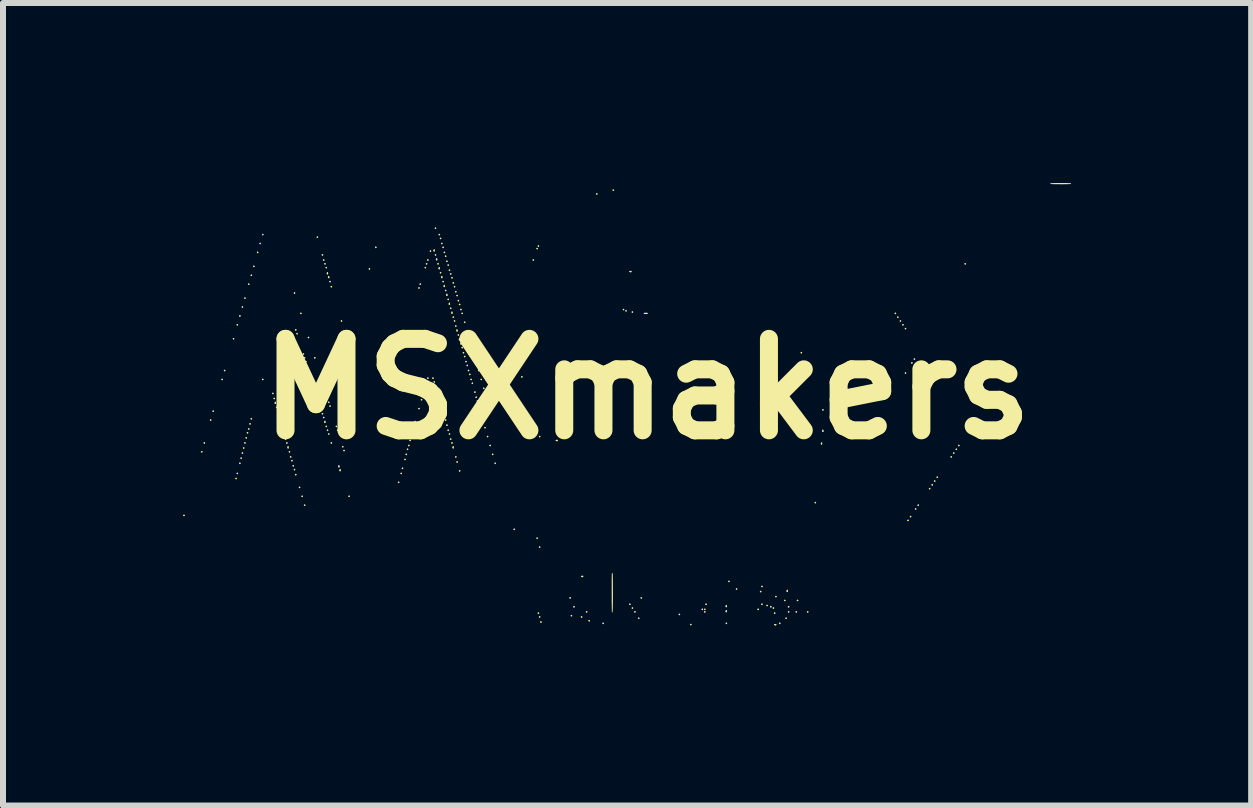
<source format=kicad_pcb>
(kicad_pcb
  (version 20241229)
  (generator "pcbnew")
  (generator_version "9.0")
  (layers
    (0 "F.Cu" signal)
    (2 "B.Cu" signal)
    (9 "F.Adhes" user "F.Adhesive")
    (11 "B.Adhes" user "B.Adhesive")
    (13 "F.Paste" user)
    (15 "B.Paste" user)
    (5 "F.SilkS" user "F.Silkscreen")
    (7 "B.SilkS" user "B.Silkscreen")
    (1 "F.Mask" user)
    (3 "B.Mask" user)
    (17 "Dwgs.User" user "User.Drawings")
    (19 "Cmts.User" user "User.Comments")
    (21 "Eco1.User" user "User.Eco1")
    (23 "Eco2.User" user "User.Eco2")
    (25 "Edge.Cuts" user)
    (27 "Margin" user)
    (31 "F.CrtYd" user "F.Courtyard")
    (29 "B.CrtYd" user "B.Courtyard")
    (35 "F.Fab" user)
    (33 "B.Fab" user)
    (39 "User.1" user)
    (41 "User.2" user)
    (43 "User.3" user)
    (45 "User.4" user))
  (footprint "MSXmakers"
    (layer "F.Cu")
    (at 7.731 3.431)
    (property "Reference" "MSXmakers" (at 0 0 0) (layer "F.SilkS") (effects (font (size 1.524 1.524) (thickness 0.3))))
    (attr through_hole)
    (fp_poly (pts (xy -7.705 2.106) (xy -7.715 2.117) (xy -7.726 2.106) (xy -7.715 2.095) (xy -7.705 2.106)) (stroke (width 0.01) (type solid)) (fill yes) (layer "F.SilkS"))
    (fp_poly (pts (xy -7.408 1.048) (xy -7.419 1.058) (xy -7.429 1.048) (xy -7.419 1.037) (xy -7.408 1.048)) (stroke (width 0.01) (type solid)) (fill yes) (layer "F.SilkS"))
    (fp_poly (pts (xy -7.366 0.9) (xy -7.377 0.91) (xy -7.387 0.9) (xy -7.377 0.889) (xy -7.366 0.9)) (stroke (width 0.01) (type solid)) (fill yes) (layer "F.SilkS"))
    (fp_poly (pts (xy -7.26 0.519) (xy -7.271 0.529) (xy -7.281 0.519) (xy -7.271 0.508) (xy -7.26 0.519)) (stroke (width 0.01) (type solid)) (fill yes) (layer "F.SilkS"))
    (fp_poly (pts (xy -7.218 0.37) (xy -7.228 0.381) (xy -7.239 0.37) (xy -7.228 0.36) (xy -7.218 0.37)) (stroke (width 0.01) (type solid)) (fill yes) (layer "F.SilkS"))
    (fp_poly (pts (xy -7.07 -0.159) (xy -7.08 -0.148) (xy -7.091 -0.159) (xy -7.08 -0.169) (xy -7.07 -0.159)) (stroke (width 0.01) (type solid)) (fill yes) (layer "F.SilkS"))
    (fp_poly (pts (xy -7.027 -0.307) (xy -7.038 -0.296) (xy -7.048 -0.307) (xy -7.038 -0.318) (xy -7.027 -0.307)) (stroke (width 0.01) (type solid)) (fill yes) (layer "F.SilkS"))
    (fp_poly (pts (xy -6.879 -0.836) (xy -6.89 -0.826) (xy -6.9 -0.836) (xy -6.89 -0.847) (xy -6.879 -0.836)) (stroke (width 0.01) (type solid)) (fill yes) (layer "F.SilkS"))
    (fp_poly (pts (xy -6.837 1.492) (xy -6.847 1.503) (xy -6.858 1.492) (xy -6.847 1.482) (xy -6.837 1.492)) (stroke (width 0.01) (type solid)) (fill yes) (layer "F.SilkS"))
    (fp_poly (pts (xy -6.816 -1.069) (xy -6.826 -1.058) (xy -6.837 -1.069) (xy -6.826 -1.079) (xy -6.816 -1.069)) (stroke (width 0.01) (type solid)) (fill yes) (layer "F.SilkS"))
    (fp_poly (pts (xy -6.816 1.408) (xy -6.826 1.418) (xy -6.837 1.408) (xy -6.826 1.397) (xy -6.816 1.408)) (stroke (width 0.01) (type solid)) (fill yes) (layer "F.SilkS"))
    (fp_poly (pts (xy -6.773 -1.217) (xy -6.784 -1.206) (xy -6.795 -1.217) (xy -6.784 -1.228) (xy -6.773 -1.217)) (stroke (width 0.01) (type solid)) (fill yes) (layer "F.SilkS"))
    (fp_poly (pts (xy -6.773 1.238) (xy -6.784 1.249) (xy -6.795 1.238) (xy -6.784 1.228) (xy -6.773 1.238)) (stroke (width 0.01) (type solid)) (fill yes) (layer "F.SilkS"))
    (fp_poly (pts (xy -6.752 1.154) (xy -6.763 1.164) (xy -6.773 1.154) (xy -6.763 1.143) (xy -6.752 1.154)) (stroke (width 0.01) (type solid)) (fill yes) (layer "F.SilkS"))
    (fp_poly (pts (xy -6.731 -1.365) (xy -6.742 -1.355) (xy -6.752 -1.365) (xy -6.742 -1.376) (xy -6.731 -1.365)) (stroke (width 0.01) (type solid)) (fill yes) (layer "F.SilkS"))
    (fp_poly (pts (xy -6.731 1.069) (xy -6.742 1.079) (xy -6.752 1.069) (xy -6.742 1.058) (xy -6.731 1.069)) (stroke (width 0.01) (type solid)) (fill yes) (layer "F.SilkS"))
    (fp_poly (pts (xy -6.71 0.984) (xy -6.72 0.995) (xy -6.731 0.984) (xy -6.72 0.974) (xy -6.71 0.984)) (stroke (width 0.01) (type solid)) (fill yes) (layer "F.SilkS"))
    (fp_poly (pts (xy -6.689 -1.513) (xy -6.699 -1.503) (xy -6.71 -1.513) (xy -6.699 -1.524) (xy -6.689 -1.513)) (stroke (width 0.01) (type solid)) (fill yes) (layer "F.SilkS"))
    (fp_poly (pts (xy -6.689 0.9) (xy -6.699 0.91) (xy -6.71 0.9) (xy -6.699 0.889) (xy -6.689 0.9)) (stroke (width 0.01) (type solid)) (fill yes) (layer "F.SilkS"))
    (fp_poly (pts (xy -6.668 0.815) (xy -6.678 0.826) (xy -6.689 0.815) (xy -6.678 0.804) (xy -6.668 0.815)) (stroke (width 0.01) (type solid)) (fill yes) (layer "F.SilkS"))
    (fp_poly (pts (xy -6.646 0.73) (xy -6.657 0.741) (xy -6.668 0.73) (xy -6.657 0.72) (xy -6.646 0.73)) (stroke (width 0.01) (type solid)) (fill yes) (layer "F.SilkS"))
    (fp_poly (pts (xy -6.625 -1.746) (xy -6.636 -1.736) (xy -6.646 -1.746) (xy -6.636 -1.757) (xy -6.625 -1.746)) (stroke (width 0.01) (type solid)) (fill yes) (layer "F.SilkS"))
    (fp_poly (pts (xy -6.625 0.667) (xy -6.636 0.677) (xy -6.646 0.667) (xy -6.636 0.656) (xy -6.625 0.667)) (stroke (width 0.01) (type solid)) (fill yes) (layer "F.SilkS"))
    (fp_poly (pts (xy -6.604 0.582) (xy -6.615 0.593) (xy -6.625 0.582) (xy -6.615 0.572) (xy -6.604 0.582)) (stroke (width 0.01) (type solid)) (fill yes) (layer "F.SilkS"))
    (fp_poly (pts (xy -6.583 -1.894) (xy -6.593 -1.884) (xy -6.604 -1.894) (xy -6.593 -1.905) (xy -6.583 -1.894)) (stroke (width 0.01) (type solid)) (fill yes) (layer "F.SilkS"))
    (fp_poly (pts (xy -6.583 0.497) (xy -6.593 0.508) (xy -6.604 0.497) (xy -6.593 0.487) (xy -6.583 0.497)) (stroke (width 0.01) (type solid)) (fill yes) (layer "F.SilkS"))
    (fp_poly (pts (xy -6.54 -2.043) (xy -6.551 -2.032) (xy -6.562 -2.043) (xy -6.551 -2.053) (xy -6.54 -2.043)) (stroke (width 0.01) (type solid)) (fill yes) (layer "F.SilkS"))
    (fp_poly (pts (xy -6.477 -2.275) (xy -6.488 -2.265) (xy -6.498 -2.275) (xy -6.488 -2.286) (xy -6.477 -2.275)) (stroke (width 0.01) (type solid)) (fill yes) (layer "F.SilkS"))
    (fp_poly (pts (xy -6.435 -2.424) (xy -6.445 -2.413) (xy -6.456 -2.424) (xy -6.445 -2.434) (xy -6.435 -2.424)) (stroke (width 0.01) (type solid)) (fill yes) (layer "F.SilkS"))
    (fp_poly (pts (xy -6.392 -2.572) (xy -6.403 -2.561) (xy -6.413 -2.572) (xy -6.403 -2.582) (xy -6.392 -2.572)) (stroke (width 0.01) (type solid)) (fill yes) (layer "F.SilkS"))
    (fp_poly (pts (xy -6.392 -0.159) (xy -6.403 -0.148) (xy -6.413 -0.159) (xy -6.403 -0.169) (xy -6.392 -0.159)) (stroke (width 0.01) (type solid)) (fill yes) (layer "F.SilkS"))
    (fp_poly (pts (xy -6.223 0.074) (xy -6.234 0.085) (xy -6.244 0.074) (xy -6.234 0.064) (xy -6.223 0.074)) (stroke (width 0.01) (type solid)) (fill yes) (layer "F.SilkS"))
    (fp_poly (pts (xy -6.202 0.159) (xy -6.212 0.169) (xy -6.223 0.159) (xy -6.212 0.148) (xy -6.202 0.159)) (stroke (width 0.01) (type solid)) (fill yes) (layer "F.SilkS"))
    (fp_poly (pts (xy -6.16 0.307) (xy -6.17 0.318) (xy -6.181 0.307) (xy -6.17 0.296) (xy -6.16 0.307)) (stroke (width 0.01) (type solid)) (fill yes) (layer "F.SilkS"))
    (fp_poly (pts (xy -6.117 0.455) (xy -6.128 0.466) (xy -6.138 0.455) (xy -6.128 0.445) (xy -6.117 0.455)) (stroke (width 0.01) (type solid)) (fill yes) (layer "F.SilkS"))
    (fp_poly (pts (xy -6.096 0.54) (xy -6.107 0.55) (xy -6.117 0.54) (xy -6.107 0.529) (xy -6.096 0.54)) (stroke (width 0.01) (type solid)) (fill yes) (layer "F.SilkS"))
    (fp_poly (pts (xy -6.075 0.603) (xy -6.085 0.614) (xy -6.096 0.603) (xy -6.085 0.593) (xy -6.075 0.603)) (stroke (width 0.01) (type solid)) (fill yes) (layer "F.SilkS"))
    (fp_poly (pts (xy -6.054 0.688) (xy -6.064 0.699) (xy -6.075 0.688) (xy -6.064 0.677) (xy -6.054 0.688)) (stroke (width 0.01) (type solid)) (fill yes) (layer "F.SilkS"))
    (fp_poly (pts (xy -6.032 0.751) (xy -6.043 0.762) (xy -6.054 0.751) (xy -6.043 0.741) (xy -6.032 0.751)) (stroke (width 0.01) (type solid)) (fill yes) (layer "F.SilkS"))
    (fp_poly (pts (xy -6.011 0.836) (xy -6.022 0.847) (xy -6.032 0.836) (xy -6.022 0.826) (xy -6.011 0.836)) (stroke (width 0.01) (type solid)) (fill yes) (layer "F.SilkS"))
    (fp_poly (pts (xy -5.99 0.9) (xy -6.001 0.91) (xy -6.011 0.9) (xy -6.001 0.889) (xy -5.99 0.9)) (stroke (width 0.01) (type solid)) (fill yes) (layer "F.SilkS"))
    (fp_poly (pts (xy -5.948 1.048) (xy -5.958 1.058) (xy -5.969 1.048) (xy -5.958 1.037) (xy -5.948 1.048)) (stroke (width 0.01) (type solid)) (fill yes) (layer "F.SilkS"))
    (fp_poly (pts (xy -5.927 1.132) (xy -5.937 1.143) (xy -5.948 1.132) (xy -5.937 1.122) (xy -5.927 1.132)) (stroke (width 0.01) (type solid)) (fill yes) (layer "F.SilkS"))
    (fp_poly (pts (xy -5.905 1.196) (xy -5.916 1.206) (xy -5.927 1.196) (xy -5.916 1.185) (xy -5.905 1.196)) (stroke (width 0.01) (type solid)) (fill yes) (layer "F.SilkS"))
    (fp_poly (pts (xy -5.884 1.281) (xy -5.895 1.291) (xy -5.905 1.281) (xy -5.895 1.27) (xy -5.884 1.281)) (stroke (width 0.01) (type solid)) (fill yes) (layer "F.SilkS"))
    (fp_poly (pts (xy -5.863 -1.598) (xy -5.874 -1.587) (xy -5.884 -1.598) (xy -5.874 -1.609) (xy -5.863 -1.598)) (stroke (width 0.01) (type solid)) (fill yes) (layer "F.SilkS"))
    (fp_poly (pts (xy -5.863 1.344) (xy -5.874 1.355) (xy -5.884 1.344) (xy -5.874 1.333) (xy -5.863 1.344)) (stroke (width 0.01) (type solid)) (fill yes) (layer "F.SilkS"))
    (fp_poly (pts (xy -5.842 -0.984) (xy -5.853 -0.974) (xy -5.863 -0.984) (xy -5.853 -0.995) (xy -5.842 -0.984)) (stroke (width 0.01) (type solid)) (fill yes) (layer "F.SilkS"))
    (fp_poly (pts (xy -5.842 1.429) (xy -5.853 1.439) (xy -5.863 1.429) (xy -5.853 1.418) (xy -5.842 1.429)) (stroke (width 0.01) (type solid)) (fill yes) (layer "F.SilkS"))
    (fp_poly (pts (xy -5.821 -0.921) (xy -5.831 -0.91) (xy -5.842 -0.921) (xy -5.831 -0.931) (xy -5.821 -0.921)) (stroke (width 0.01) (type solid)) (fill yes) (layer "F.SilkS"))
    (fp_poly (pts (xy -5.779 1.64) (xy -5.789 1.651) (xy -5.8 1.64) (xy -5.789 1.63) (xy -5.779 1.64)) (stroke (width 0.01) (type solid)) (fill yes) (layer "F.SilkS"))
    (fp_poly (pts (xy -5.757 -1.259) (xy -5.768 -1.249) (xy -5.779 -1.259) (xy -5.768 -1.27) (xy -5.757 -1.259)) (stroke (width 0.01) (type solid)) (fill yes) (layer "F.SilkS"))
    (fp_poly (pts (xy -5.736 1.789) (xy -5.747 1.799) (xy -5.757 1.789) (xy -5.747 1.778) (xy -5.736 1.789)) (stroke (width 0.01) (type solid)) (fill yes) (layer "F.SilkS"))
    (fp_poly (pts (xy -5.715 -0.582) (xy -5.726 -0.572) (xy -5.736 -0.582) (xy -5.726 -0.593) (xy -5.715 -0.582)) (stroke (width 0.01) (type solid)) (fill yes) (layer "F.SilkS"))
    (fp_poly (pts (xy -5.694 -0.519) (xy -5.704 -0.508) (xy -5.715 -0.519) (xy -5.704 -0.529) (xy -5.694 -0.519)) (stroke (width 0.01) (type solid)) (fill yes) (layer "F.SilkS"))
    (fp_poly (pts (xy -5.694 1.937) (xy -5.704 1.947) (xy -5.715 1.937) (xy -5.704 1.926) (xy -5.694 1.937)) (stroke (width 0.01) (type solid)) (fill yes) (layer "F.SilkS"))
    (fp_poly (pts (xy -5.673 -0.455) (xy -5.683 -0.445) (xy -5.694 -0.455) (xy -5.683 -0.466) (xy -5.673 -0.455)) (stroke (width 0.01) (type solid)) (fill yes) (layer "F.SilkS"))
    (fp_poly (pts (xy -5.63 -0.857) (xy -5.641 -0.847) (xy -5.652 -0.857) (xy -5.641 -0.868) (xy -5.63 -0.857)) (stroke (width 0.01) (type solid)) (fill yes) (layer "F.SilkS"))
    (fp_poly (pts (xy -5.609 -0.243) (xy -5.62 -0.233) (xy -5.63 -0.243) (xy -5.62 -0.254) (xy -5.609 -0.243)) (stroke (width 0.01) (type solid)) (fill yes) (layer "F.SilkS"))
    (fp_poly (pts (xy -5.588 -0.18) (xy -5.599 -0.169) (xy -5.609 -0.18) (xy -5.599 -0.191) (xy -5.588 -0.18)) (stroke (width 0.01) (type solid)) (fill yes) (layer "F.SilkS"))
    (fp_poly (pts (xy -5.567 -0.116) (xy -5.577 -0.106) (xy -5.588 -0.116) (xy -5.577 -0.127) (xy -5.567 -0.116)) (stroke (width 0.01) (type solid)) (fill yes) (layer "F.SilkS"))
    (fp_poly (pts (xy -5.546 -0.053) (xy -5.556 -0.042) (xy -5.567 -0.053) (xy -5.556 -0.064) (xy -5.546 -0.053)) (stroke (width 0.01) (type solid)) (fill yes) (layer "F.SilkS"))
    (fp_poly (pts (xy -5.524 -0.519) (xy -5.535 -0.508) (xy -5.546 -0.519) (xy -5.535 -0.529) (xy -5.524 -0.519)) (stroke (width 0.01) (type solid)) (fill yes) (layer "F.SilkS"))
    (fp_poly (pts (xy -5.524 0.011) (xy -5.535 0.021) (xy -5.546 0.011) (xy -5.535 0) (xy -5.524 0.011)) (stroke (width 0.01) (type solid)) (fill yes) (layer "F.SilkS"))
    (fp_poly (pts (xy -5.482 -2.529) (xy -5.493 -2.519) (xy -5.503 -2.529) (xy -5.493 -2.54) (xy -5.482 -2.529)) (stroke (width 0.01) (type solid)) (fill yes) (layer "F.SilkS"))
    (fp_poly (pts (xy -5.461 0.222) (xy -5.472 0.233) (xy -5.482 0.222) (xy -5.472 0.212) (xy -5.461 0.222)) (stroke (width 0.01) (type solid)) (fill yes) (layer "F.SilkS"))
    (fp_poly (pts (xy -5.44 0.286) (xy -5.45 0.296) (xy -5.461 0.286) (xy -5.45 0.275) (xy -5.44 0.286)) (stroke (width 0.01) (type solid)) (fill yes) (layer "F.SilkS"))
    (fp_poly (pts (xy -5.419 0.349) (xy -5.429 0.36) (xy -5.44 0.349) (xy -5.429 0.339) (xy -5.419 0.349)) (stroke (width 0.01) (type solid)) (fill yes) (layer "F.SilkS"))
    (fp_poly (pts (xy -5.397 -2.233) (xy -5.408 -2.223) (xy -5.419 -2.233) (xy -5.408 -2.244) (xy -5.397 -2.233)) (stroke (width 0.01) (type solid)) (fill yes) (layer "F.SilkS"))
    (fp_poly (pts (xy -5.397 -0.116) (xy -5.408 -0.106) (xy -5.419 -0.116) (xy -5.408 -0.127) (xy -5.397 -0.116)) (stroke (width 0.01) (type solid)) (fill yes) (layer "F.SilkS"))
    (fp_poly (pts (xy -5.397 0.413) (xy -5.408 0.423) (xy -5.419 0.413) (xy -5.408 0.402) (xy -5.397 0.413)) (stroke (width 0.01) (type solid)) (fill yes) (layer "F.SilkS"))
    (fp_poly (pts (xy -5.376 -2.148) (xy -5.387 -2.138) (xy -5.397 -2.148) (xy -5.387 -2.159) (xy -5.376 -2.148)) (stroke (width 0.01) (type solid)) (fill yes) (layer "F.SilkS"))
    (fp_poly (pts (xy -5.376 -0.053) (xy -5.387 -0.042) (xy -5.397 -0.053) (xy -5.387 -0.064) (xy -5.376 -0.053)) (stroke (width 0.01) (type solid)) (fill yes) (layer "F.SilkS"))
    (fp_poly (pts (xy -5.376 0.476) (xy -5.387 0.487) (xy -5.397 0.476) (xy -5.387 0.466) (xy -5.376 0.476)) (stroke (width 0.01) (type solid)) (fill yes) (layer "F.SilkS"))
    (fp_poly (pts (xy -5.355 -2.085) (xy -5.366 -2.074) (xy -5.376 -2.085) (xy -5.366 -2.095) (xy -5.355 -2.085)) (stroke (width 0.01) (type solid)) (fill yes) (layer "F.SilkS"))
    (fp_poly (pts (xy -5.334 -2.021) (xy -5.345 -2.011) (xy -5.355 -2.021) (xy -5.345 -2.032) (xy -5.334 -2.021)) (stroke (width 0.01) (type solid)) (fill yes) (layer "F.SilkS"))
    (fp_poly (pts (xy -5.334 0.624) (xy -5.345 0.635) (xy -5.355 0.624) (xy -5.345 0.614) (xy -5.334 0.624)) (stroke (width 0.01) (type solid)) (fill yes) (layer "F.SilkS"))
    (fp_poly (pts (xy -5.313 0.688) (xy -5.323 0.699) (xy -5.334 0.688) (xy -5.323 0.677) (xy -5.313 0.688)) (stroke (width 0.01) (type solid)) (fill yes) (layer "F.SilkS"))
    (fp_poly (pts (xy -5.292 0.222) (xy -5.302 0.233) (xy -5.313 0.222) (xy -5.302 0.212) (xy -5.292 0.222)) (stroke (width 0.01) (type solid)) (fill yes) (layer "F.SilkS"))
    (fp_poly (pts (xy -5.292 0.751) (xy -5.302 0.762) (xy -5.313 0.751) (xy -5.302 0.741) (xy -5.292 0.751)) (stroke (width 0.01) (type solid)) (fill yes) (layer "F.SilkS"))
    (fp_poly (pts (xy -5.271 -1.789) (xy -5.281 -1.778) (xy -5.292 -1.789) (xy -5.281 -1.799) (xy -5.271 -1.789)) (stroke (width 0.01) (type solid)) (fill yes) (layer "F.SilkS"))
    (fp_poly (pts (xy -5.271 0.286) (xy -5.281 0.296) (xy -5.292 0.286) (xy -5.281 0.275) (xy -5.271 0.286)) (stroke (width 0.01) (type solid)) (fill yes) (layer "F.SilkS"))
    (fp_poly (pts (xy -5.249 -1.704) (xy -5.26 -1.693) (xy -5.271 -1.704) (xy -5.26 -1.714) (xy -5.249 -1.704)) (stroke (width 0.01) (type solid)) (fill yes) (layer "F.SilkS"))
    (fp_poly (pts (xy -5.249 0.9) (xy -5.26 0.91) (xy -5.271 0.9) (xy -5.26 0.889) (xy -5.249 0.9)) (stroke (width 0.01) (type solid)) (fill yes) (layer "F.SilkS"))
    (fp_poly (pts (xy -5.165 0.624) (xy -5.175 0.635) (xy -5.186 0.624) (xy -5.175 0.614) (xy -5.165 0.624)) (stroke (width 0.01) (type solid)) (fill yes) (layer "F.SilkS"))
    (fp_poly (pts (xy -5.144 0.688) (xy -5.154 0.699) (xy -5.165 0.688) (xy -5.154 0.677) (xy -5.144 0.688)) (stroke (width 0.01) (type solid)) (fill yes) (layer "F.SilkS"))
    (fp_poly (pts (xy -5.08 -1.132) (xy -5.091 -1.122) (xy -5.101 -1.132) (xy -5.091 -1.143) (xy -5.08 -1.132)) (stroke (width 0.01) (type solid)) (fill yes) (layer "F.SilkS"))
    (fp_poly (pts (xy -5.059 0.963) (xy -5.069 0.974) (xy -5.08 0.963) (xy -5.069 0.953) (xy -5.059 0.963)) (stroke (width 0.01) (type solid)) (fill yes) (layer "F.SilkS"))
    (fp_poly (pts (xy -5.038 1.027) (xy -5.048 1.037) (xy -5.059 1.027) (xy -5.048 1.016) (xy -5.038 1.027)) (stroke (width 0.01) (type solid)) (fill yes) (layer "F.SilkS"))
    (fp_poly (pts (xy -4.953 1.789) (xy -4.964 1.799) (xy -4.974 1.789) (xy -4.964 1.778) (xy -4.953 1.789)) (stroke (width 0.01) (type solid)) (fill yes) (layer "F.SilkS"))
    (fp_poly (pts (xy -4.614 -2) (xy -4.625 -1.99) (xy -4.636 -2) (xy -4.625 -2.011) (xy -4.614 -2)) (stroke (width 0.01) (type solid)) (fill yes) (layer "F.SilkS"))
    (fp_poly (pts (xy -4.508 -2.36) (xy -4.519 -2.349) (xy -4.53 -2.36) (xy -4.519 -2.371) (xy -4.508 -2.36)) (stroke (width 0.01) (type solid)) (fill yes) (layer "F.SilkS"))
    (fp_poly (pts (xy -4.128 1.556) (xy -4.138 1.566) (xy -4.149 1.556) (xy -4.138 1.545) (xy -4.128 1.556)) (stroke (width 0.01) (type solid)) (fill yes) (layer "F.SilkS"))
    (fp_poly (pts (xy -4.085 1.408) (xy -4.096 1.418) (xy -4.106 1.408) (xy -4.096 1.397) (xy -4.085 1.408)) (stroke (width 0.01) (type solid)) (fill yes) (layer "F.SilkS"))
    (fp_poly (pts (xy -4.064 1.323) (xy -4.075 1.333) (xy -4.085 1.323) (xy -4.075 1.312) (xy -4.064 1.323)) (stroke (width 0.01) (type solid)) (fill yes) (layer "F.SilkS"))
    (fp_poly (pts (xy -4.022 1.175) (xy -4.032 1.185) (xy -4.043 1.175) (xy -4.032 1.164) (xy -4.022 1.175)) (stroke (width 0.01) (type solid)) (fill yes) (layer "F.SilkS"))
    (fp_poly (pts (xy -4 1.09) (xy -4.011 1.101) (xy -4.022 1.09) (xy -4.011 1.079) (xy -4 1.09)) (stroke (width 0.01) (type solid)) (fill yes) (layer "F.SilkS"))
    (fp_poly (pts (xy -3.979 1.005) (xy -3.99 1.016) (xy -4 1.005) (xy -3.99 0.995) (xy -3.979 1.005)) (stroke (width 0.01) (type solid)) (fill yes) (layer "F.SilkS"))
    (fp_poly (pts (xy -3.958 0.942) (xy -3.969 0.953) (xy -3.979 0.942) (xy -3.969 0.931) (xy -3.958 0.942)) (stroke (width 0.01) (type solid)) (fill yes) (layer "F.SilkS"))
    (fp_poly (pts (xy -3.937 0.857) (xy -3.948 0.868) (xy -3.958 0.857) (xy -3.948 0.847) (xy -3.937 0.857)) (stroke (width 0.01) (type solid)) (fill yes) (layer "F.SilkS"))
    (fp_poly (pts (xy -3.895 0.709) (xy -3.905 0.72) (xy -3.916 0.709) (xy -3.905 0.699) (xy -3.895 0.709)) (stroke (width 0.01) (type solid)) (fill yes) (layer "F.SilkS"))
    (fp_poly (pts (xy -3.873 0.624) (xy -3.884 0.635) (xy -3.895 0.624) (xy -3.884 0.614) (xy -3.873 0.624)) (stroke (width 0.01) (type solid)) (fill yes) (layer "F.SilkS"))
    (fp_poly (pts (xy -3.789 -1.683) (xy -3.799 -1.672) (xy -3.81 -1.683) (xy -3.799 -1.693) (xy -3.789 -1.683)) (stroke (width 0.01) (type solid)) (fill yes) (layer "F.SilkS"))
    (fp_poly (pts (xy -3.789 0.328) (xy -3.799 0.339) (xy -3.81 0.328) (xy -3.799 0.318) (xy -3.789 0.328)) (stroke (width 0.01) (type solid)) (fill yes) (layer "F.SilkS"))
    (fp_poly (pts (xy -3.768 -1.746) (xy -3.778 -1.736) (xy -3.789 -1.746) (xy -3.778 -1.757) (xy -3.768 -1.746)) (stroke (width 0.01) (type solid)) (fill yes) (layer "F.SilkS"))
    (fp_poly (pts (xy -3.747 0.18) (xy -3.757 0.191) (xy -3.768 0.18) (xy -3.757 0.169) (xy -3.747 0.18)) (stroke (width 0.01) (type solid)) (fill yes) (layer "F.SilkS"))
    (fp_poly (pts (xy -3.683 -2.021) (xy -3.694 -2.011) (xy -3.704 -2.021) (xy -3.694 -2.032) (xy -3.683 -2.021)) (stroke (width 0.01) (type solid)) (fill yes) (layer "F.SilkS"))
    (fp_poly (pts (xy -3.662 -2.085) (xy -3.672 -2.074) (xy -3.683 -2.085) (xy -3.672 -2.095) (xy -3.662 -2.085)) (stroke (width 0.01) (type solid)) (fill yes) (layer "F.SilkS"))
    (fp_poly (pts (xy -3.641 -2.148) (xy -3.651 -2.138) (xy -3.662 -2.148) (xy -3.651 -2.159) (xy -3.641 -2.148)) (stroke (width 0.01) (type solid)) (fill yes) (layer "F.SilkS"))
    (fp_poly (pts (xy -3.641 -0.18) (xy -3.651 -0.169) (xy -3.662 -0.18) (xy -3.651 -0.191) (xy -3.641 -0.18)) (stroke (width 0.01) (type solid)) (fill yes) (layer "F.SilkS"))
    (fp_poly (pts (xy -3.598 -2.297) (xy -3.609 -2.286) (xy -3.619 -2.297) (xy -3.609 -2.307) (xy -3.598 -2.297)) (stroke (width 0.01) (type solid)) (fill yes) (layer "F.SilkS"))
    (fp_poly (pts (xy -3.556 -0.18) (xy -3.567 -0.169) (xy -3.577 -0.18) (xy -3.567 -0.191) (xy -3.556 -0.18)) (stroke (width 0.01) (type solid)) (fill yes) (layer "F.SilkS"))
    (fp_poly (pts (xy -3.535 -0.116) (xy -3.545 -0.106) (xy -3.556 -0.116) (xy -3.545 -0.127) (xy -3.535 -0.116)) (stroke (width 0.01) (type solid)) (fill yes) (layer "F.SilkS"))
    (fp_poly (pts (xy -3.514 -2.678) (xy -3.524 -2.667) (xy -3.535 -2.678) (xy -3.524 -2.688) (xy -3.514 -2.678)) (stroke (width 0.01) (type solid)) (fill yes) (layer "F.SilkS"))
    (fp_poly (pts (xy -3.514 -2.233) (xy -3.524 -2.223) (xy -3.535 -2.233) (xy -3.524 -2.244) (xy -3.514 -2.233)) (stroke (width 0.01) (type solid)) (fill yes) (layer "F.SilkS"))
    (fp_poly (pts (xy -3.514 -0.053) (xy -3.524 -0.042) (xy -3.535 -0.053) (xy -3.524 -0.064) (xy -3.514 -0.053)) (stroke (width 0.01) (type solid)) (fill yes) (layer "F.SilkS"))
    (fp_poly (pts (xy -3.471 -2.085) (xy -3.482 -2.074) (xy -3.493 -2.085) (xy -3.482 -2.095) (xy -3.471 -2.085)) (stroke (width 0.01) (type solid)) (fill yes) (layer "F.SilkS"))
    (fp_poly (pts (xy -3.471 0.095) (xy -3.482 0.106) (xy -3.493 0.095) (xy -3.482 0.085) (xy -3.471 0.095)) (stroke (width 0.01) (type solid)) (fill yes) (layer "F.SilkS"))
    (fp_poly (pts (xy -3.45 -2.572) (xy -3.461 -2.561) (xy -3.471 -2.572) (xy -3.461 -2.582) (xy -3.45 -2.572)) (stroke (width 0.01) (type solid)) (fill yes) (layer "F.SilkS"))
    (fp_poly (pts (xy -3.45 0.159) (xy -3.461 0.169) (xy -3.471 0.159) (xy -3.461 0.148) (xy -3.45 0.159)) (stroke (width 0.01) (type solid)) (fill yes) (layer "F.SilkS"))
    (fp_poly (pts (xy -3.429 -2.508) (xy -3.44 -2.498) (xy -3.45 -2.508) (xy -3.44 -2.519) (xy -3.429 -2.508)) (stroke (width 0.01) (type solid)) (fill yes) (layer "F.SilkS"))
    (fp_poly (pts (xy -3.429 -1.937) (xy -3.44 -1.926) (xy -3.45 -1.937) (xy -3.44 -1.947) (xy -3.429 -1.937)) (stroke (width 0.01) (type solid)) (fill yes) (layer "F.SilkS"))
    (fp_poly (pts (xy -3.408 -2.424) (xy -3.418 -2.413) (xy -3.429 -2.424) (xy -3.418 -2.434) (xy -3.408 -2.424)) (stroke (width 0.01) (type solid)) (fill yes) (layer "F.SilkS"))
    (fp_poly (pts (xy -3.408 0.307) (xy -3.418 0.318) (xy -3.429 0.307) (xy -3.418 0.296) (xy -3.408 0.307)) (stroke (width 0.01) (type solid)) (fill yes) (layer "F.SilkS"))
    (fp_poly (pts (xy -3.387 -2.36) (xy -3.397 -2.349) (xy -3.408 -2.36) (xy -3.397 -2.371) (xy -3.387 -2.36)) (stroke (width 0.01) (type solid)) (fill yes) (layer "F.SilkS"))
    (fp_poly (pts (xy -3.387 -1.789) (xy -3.397 -1.778) (xy -3.408 -1.789) (xy -3.397 -1.799) (xy -3.387 -1.789)) (stroke (width 0.01) (type solid)) (fill yes) (layer "F.SilkS"))
    (fp_poly (pts (xy -3.387 0.37) (xy -3.397 0.381) (xy -3.408 0.37) (xy -3.397 0.36) (xy -3.387 0.37)) (stroke (width 0.01) (type solid)) (fill yes) (layer "F.SilkS"))
    (fp_poly (pts (xy -3.365 -2.275) (xy -3.376 -2.265) (xy -3.387 -2.275) (xy -3.376 -2.286) (xy -3.365 -2.275)) (stroke (width 0.01) (type solid)) (fill yes) (layer "F.SilkS"))
    (fp_poly (pts (xy -3.365 0.455) (xy -3.376 0.466) (xy -3.387 0.455) (xy -3.376 0.445) (xy -3.365 0.455)) (stroke (width 0.01) (type solid)) (fill yes) (layer "F.SilkS"))
    (fp_poly (pts (xy -3.344 -2.212) (xy -3.355 -2.201) (xy -3.365 -2.212) (xy -3.355 -2.223) (xy -3.344 -2.212)) (stroke (width 0.01) (type solid)) (fill yes) (layer "F.SilkS"))
    (fp_poly (pts (xy -3.344 -1.64) (xy -3.355 -1.63) (xy -3.365 -1.64) (xy -3.355 -1.651) (xy -3.344 -1.64)) (stroke (width 0.01) (type solid)) (fill yes) (layer "F.SilkS"))
    (fp_poly (pts (xy -3.344 0.519) (xy -3.355 0.529) (xy -3.365 0.519) (xy -3.355 0.508) (xy -3.344 0.519)) (stroke (width 0.01) (type solid)) (fill yes) (layer "F.SilkS"))
    (fp_poly (pts (xy -3.323 -2.127) (xy -3.334 -2.117) (xy -3.344 -2.127) (xy -3.334 -2.138) (xy -3.323 -2.127)) (stroke (width 0.01) (type solid)) (fill yes) (layer "F.SilkS"))
    (fp_poly (pts (xy -3.323 0.603) (xy -3.334 0.614) (xy -3.344 0.603) (xy -3.334 0.593) (xy -3.323 0.603)) (stroke (width 0.01) (type solid)) (fill yes) (layer "F.SilkS"))
    (fp_poly (pts (xy -3.302 -2.064) (xy -3.313 -2.053) (xy -3.323 -2.064) (xy -3.313 -2.074) (xy -3.302 -2.064)) (stroke (width 0.01) (type solid)) (fill yes) (layer "F.SilkS"))
    (fp_poly (pts (xy -3.302 -1.492) (xy -3.313 -1.482) (xy -3.323 -1.492) (xy -3.313 -1.503) (xy -3.302 -1.492)) (stroke (width 0.01) (type solid)) (fill yes) (layer "F.SilkS"))
    (fp_poly (pts (xy -3.302 0.688) (xy -3.313 0.699) (xy -3.323 0.688) (xy -3.313 0.677) (xy -3.302 0.688)) (stroke (width 0.01) (type solid)) (fill yes) (layer "F.SilkS"))
    (fp_poly (pts (xy -3.281 -1.979) (xy -3.291 -1.968) (xy -3.302 -1.979) (xy -3.291 -1.99) (xy -3.281 -1.979)) (stroke (width 0.01) (type solid)) (fill yes) (layer "F.SilkS"))
    (fp_poly (pts (xy -3.281 0.751) (xy -3.291 0.762) (xy -3.302 0.751) (xy -3.291 0.741) (xy -3.281 0.751)) (stroke (width 0.01) (type solid)) (fill yes) (layer "F.SilkS"))
    (fp_poly (pts (xy -3.26 -1.916) (xy -3.27 -1.905) (xy -3.281 -1.916) (xy -3.27 -1.926) (xy -3.26 -1.916)) (stroke (width 0.01) (type solid)) (fill yes) (layer "F.SilkS"))
    (fp_poly (pts (xy -3.26 -1.344) (xy -3.27 -1.333) (xy -3.281 -1.344) (xy -3.27 -1.355) (xy -3.26 -1.344)) (stroke (width 0.01) (type solid)) (fill yes) (layer "F.SilkS"))
    (fp_poly (pts (xy -3.26 0.836) (xy -3.27 0.847) (xy -3.281 0.836) (xy -3.27 0.826) (xy -3.26 0.836)) (stroke (width 0.01) (type solid)) (fill yes) (layer "F.SilkS"))
    (fp_poly (pts (xy -3.239 -1.852) (xy -3.249 -1.841) (xy -3.26 -1.852) (xy -3.249 -1.863) (xy -3.239 -1.852)) (stroke (width 0.01) (type solid)) (fill yes) (layer "F.SilkS"))
    (fp_poly (pts (xy -3.239 0.9) (xy -3.249 0.91) (xy -3.26 0.9) (xy -3.249 0.889) (xy -3.239 0.9)) (stroke (width 0.01) (type solid)) (fill yes) (layer "F.SilkS"))
    (fp_poly (pts (xy -3.217 -1.767) (xy -3.228 -1.757) (xy -3.239 -1.767) (xy -3.228 -1.778) (xy -3.217 -1.767)) (stroke (width 0.01) (type solid)) (fill yes) (layer "F.SilkS"))
    (fp_poly (pts (xy -3.217 -1.196) (xy -3.228 -1.185) (xy -3.239 -1.196) (xy -3.228 -1.206) (xy -3.217 -1.196)) (stroke (width 0.01) (type solid)) (fill yes) (layer "F.SilkS"))
    (fp_poly (pts (xy -3.196 -1.704) (xy -3.207 -1.693) (xy -3.217 -1.704) (xy -3.207 -1.714) (xy -3.196 -1.704)) (stroke (width 0.01) (type solid)) (fill yes) (layer "F.SilkS"))
    (fp_poly (pts (xy -3.196 -1.132) (xy -3.207 -1.122) (xy -3.217 -1.132) (xy -3.207 -1.143) (xy -3.196 -1.132)) (stroke (width 0.01) (type solid)) (fill yes) (layer "F.SilkS"))
    (fp_poly (pts (xy -3.175 -1.619) (xy -3.186 -1.609) (xy -3.196 -1.619) (xy -3.186 -1.63) (xy -3.175 -1.619)) (stroke (width 0.01) (type solid)) (fill yes) (layer "F.SilkS"))
    (fp_poly (pts (xy -3.175 -1.048) (xy -3.186 -1.037) (xy -3.196 -1.048) (xy -3.186 -1.058) (xy -3.175 -1.048)) (stroke (width 0.01) (type solid)) (fill yes) (layer "F.SilkS"))
    (fp_poly (pts (xy -3.175 1.132) (xy -3.186 1.143) (xy -3.196 1.132) (xy -3.186 1.122) (xy -3.175 1.132)) (stroke (width 0.01) (type solid)) (fill yes) (layer "F.SilkS"))
    (fp_poly (pts (xy -3.154 -1.556) (xy -3.164 -1.545) (xy -3.175 -1.556) (xy -3.164 -1.566) (xy -3.154 -1.556)) (stroke (width 0.01) (type solid)) (fill yes) (layer "F.SilkS"))
    (fp_poly (pts (xy -3.154 1.217) (xy -3.164 1.228) (xy -3.175 1.217) (xy -3.164 1.206) (xy -3.154 1.217)) (stroke (width 0.01) (type solid)) (fill yes) (layer "F.SilkS"))
    (fp_poly (pts (xy -3.133 -1.471) (xy -3.143 -1.46) (xy -3.154 -1.471) (xy -3.143 -1.482) (xy -3.133 -1.471)) (stroke (width 0.01) (type solid)) (fill yes) (layer "F.SilkS"))
    (fp_poly (pts (xy -3.133 -0.9) (xy -3.143 -0.889) (xy -3.154 -0.9) (xy -3.143 -0.91) (xy -3.133 -0.9)) (stroke (width 0.01) (type solid)) (fill yes) (layer "F.SilkS"))
    (fp_poly (pts (xy -3.111 -1.408) (xy -3.122 -1.397) (xy -3.133 -1.408) (xy -3.122 -1.418) (xy -3.111 -1.408)) (stroke (width 0.01) (type solid)) (fill yes) (layer "F.SilkS"))
    (fp_poly (pts (xy -3.111 1.365) (xy -3.122 1.376) (xy -3.133 1.365) (xy -3.122 1.355) (xy -3.111 1.365)) (stroke (width 0.01) (type solid)) (fill yes) (layer "F.SilkS"))
    (fp_poly (pts (xy -3.09 -1.323) (xy -3.101 -1.312) (xy -3.111 -1.323) (xy -3.101 -1.333) (xy -3.09 -1.323)) (stroke (width 0.01) (type solid)) (fill yes) (layer "F.SilkS"))
    (fp_poly (pts (xy -3.09 -0.751) (xy -3.101 -0.741) (xy -3.111 -0.751) (xy -3.101 -0.762) (xy -3.09 -0.751)) (stroke (width 0.01) (type solid)) (fill yes) (layer "F.SilkS"))
    (fp_poly (pts (xy -3.069 -1.259) (xy -3.08 -1.249) (xy -3.09 -1.259) (xy -3.08 -1.27) (xy -3.069 -1.259)) (stroke (width 0.01) (type solid)) (fill yes) (layer "F.SilkS"))
    (fp_poly (pts (xy -3.069 -0.688) (xy -3.08 -0.677) (xy -3.09 -0.688) (xy -3.08 -0.699) (xy -3.069 -0.688)) (stroke (width 0.01) (type solid)) (fill yes) (layer "F.SilkS"))
    (fp_poly (pts (xy -3.048 -0.603) (xy -3.059 -0.593) (xy -3.069 -0.603) (xy -3.059 -0.614) (xy -3.048 -0.603)) (stroke (width 0.01) (type solid)) (fill yes) (layer "F.SilkS"))
    (fp_poly (pts (xy -3.027 -1.111) (xy -3.037 -1.101) (xy -3.048 -1.111) (xy -3.037 -1.122) (xy -3.027 -1.111)) (stroke (width 0.01) (type solid)) (fill yes) (layer "F.SilkS"))
    (fp_poly (pts (xy -3.027 -0.54) (xy -3.037 -0.529) (xy -3.048 -0.54) (xy -3.037 -0.55) (xy -3.027 -0.54)) (stroke (width 0.01) (type solid)) (fill yes) (layer "F.SilkS"))
    (fp_poly (pts (xy -3.006 -0.455) (xy -3.016 -0.445) (xy -3.027 -0.455) (xy -3.016 -0.466) (xy -3.006 -0.455)) (stroke (width 0.01) (type solid)) (fill yes) (layer "F.SilkS"))
    (fp_poly (pts (xy -2.985 -0.963) (xy -2.995 -0.953) (xy -3.006 -0.963) (xy -2.995 -0.974) (xy -2.985 -0.963)) (stroke (width 0.01) (type solid)) (fill yes) (layer "F.SilkS"))
    (fp_poly (pts (xy -2.985 -0.392) (xy -2.995 -0.381) (xy -3.006 -0.392) (xy -2.995 -0.402) (xy -2.985 -0.392)) (stroke (width 0.01) (type solid)) (fill yes) (layer "F.SilkS"))
    (fp_poly (pts (xy -2.963 -0.307) (xy -2.974 -0.296) (xy -2.985 -0.307) (xy -2.974 -0.318) (xy -2.963 -0.307)) (stroke (width 0.01) (type solid)) (fill yes) (layer "F.SilkS"))
    (fp_poly (pts (xy -2.942 -0.815) (xy -2.953 -0.804) (xy -2.963 -0.815) (xy -2.953 -0.826) (xy -2.942 -0.815)) (stroke (width 0.01) (type solid)) (fill yes) (layer "F.SilkS"))
    (fp_poly (pts (xy -2.942 -0.243) (xy -2.953 -0.233) (xy -2.963 -0.243) (xy -2.953 -0.254) (xy -2.942 -0.243)) (stroke (width 0.01) (type solid)) (fill yes) (layer "F.SilkS"))
    (fp_poly (pts (xy -2.921 -0.159) (xy -2.932 -0.148) (xy -2.942 -0.159) (xy -2.932 -0.169) (xy -2.921 -0.159)) (stroke (width 0.01) (type solid)) (fill yes) (layer "F.SilkS"))
    (fp_poly (pts (xy -2.9 -0.667) (xy -2.91 -0.656) (xy -2.921 -0.667) (xy -2.91 -0.677) (xy -2.9 -0.667)) (stroke (width 0.01) (type solid)) (fill yes) (layer "F.SilkS"))
    (fp_poly (pts (xy -2.9 -0.095) (xy -2.91 -0.085) (xy -2.921 -0.095) (xy -2.91 -0.106) (xy -2.9 -0.095)) (stroke (width 0.01) (type solid)) (fill yes) (layer "F.SilkS"))
    (fp_poly (pts (xy -2.857 -0.519) (xy -2.868 -0.508) (xy -2.879 -0.519) (xy -2.868 -0.529) (xy -2.857 -0.519)) (stroke (width 0.01) (type solid)) (fill yes) (layer "F.SilkS"))
    (fp_poly (pts (xy -2.857 0.053) (xy -2.868 0.064) (xy -2.879 0.053) (xy -2.868 0.042) (xy -2.857 0.053)) (stroke (width 0.01) (type solid)) (fill yes) (layer "F.SilkS"))
    (fp_poly (pts (xy -2.836 0.138) (xy -2.847 0.148) (xy -2.857 0.138) (xy -2.847 0.127) (xy -2.836 0.138)) (stroke (width 0.01) (type solid)) (fill yes) (layer "F.SilkS"))
    (fp_poly (pts (xy -2.815 0.201) (xy -2.826 0.212) (xy -2.836 0.201) (xy -2.826 0.191) (xy -2.815 0.201)) (stroke (width 0.01) (type solid)) (fill yes) (layer "F.SilkS"))
    (fp_poly (pts (xy -2.794 -0.307) (xy -2.805 -0.296) (xy -2.815 -0.307) (xy -2.805 -0.318) (xy -2.794 -0.307)) (stroke (width 0.01) (type solid)) (fill yes) (layer "F.SilkS"))
    (fp_poly (pts (xy -2.794 0.286) (xy -2.805 0.296) (xy -2.815 0.286) (xy -2.805 0.275) (xy -2.794 0.286)) (stroke (width 0.01) (type solid)) (fill yes) (layer "F.SilkS"))
    (fp_poly (pts (xy -2.773 0.349) (xy -2.783 0.36) (xy -2.794 0.349) (xy -2.783 0.339) (xy -2.773 0.349)) (stroke (width 0.01) (type solid)) (fill yes) (layer "F.SilkS"))
    (fp_poly (pts (xy -2.752 -0.159) (xy -2.762 -0.148) (xy -2.773 -0.159) (xy -2.762 -0.169) (xy -2.752 -0.159)) (stroke (width 0.01) (type solid)) (fill yes) (layer "F.SilkS"))
    (fp_poly (pts (xy -2.752 0.434) (xy -2.762 0.445) (xy -2.773 0.434) (xy -2.762 0.423) (xy -2.752 0.434)) (stroke (width 0.01) (type solid)) (fill yes) (layer "F.SilkS"))
    (fp_poly (pts (xy -2.731 0.497) (xy -2.741 0.508) (xy -2.752 0.497) (xy -2.741 0.487) (xy -2.731 0.497)) (stroke (width 0.01) (type solid)) (fill yes) (layer "F.SilkS"))
    (fp_poly (pts (xy -2.709 -0.011) (xy -2.72 0) (xy -2.731 -0.011) (xy -2.72 -0.021) (xy -2.709 -0.011)) (stroke (width 0.01) (type solid)) (fill yes) (layer "F.SilkS"))
    (fp_poly (pts (xy -2.688 0.646) (xy -2.699 0.656) (xy -2.709 0.646) (xy -2.699 0.635) (xy -2.688 0.646)) (stroke (width 0.01) (type solid)) (fill yes) (layer "F.SilkS"))
    (fp_poly (pts (xy -2.667 0.138) (xy -2.678 0.148) (xy -2.688 0.138) (xy -2.678 0.127) (xy -2.667 0.138)) (stroke (width 0.01) (type solid)) (fill yes) (layer "F.SilkS"))
    (fp_poly (pts (xy -2.646 0.794) (xy -2.656 0.804) (xy -2.667 0.794) (xy -2.656 0.783) (xy -2.646 0.794)) (stroke (width 0.01) (type solid)) (fill yes) (layer "F.SilkS"))
    (fp_poly (pts (xy -2.603 0.942) (xy -2.614 0.953) (xy -2.625 0.942) (xy -2.614 0.931) (xy -2.603 0.942)) (stroke (width 0.01) (type solid)) (fill yes) (layer "F.SilkS"))
    (fp_poly (pts (xy -2.561 1.09) (xy -2.572 1.101) (xy -2.582 1.09) (xy -2.572 1.079) (xy -2.561 1.09)) (stroke (width 0.01) (type solid)) (fill yes) (layer "F.SilkS"))
    (fp_poly (pts (xy -2.519 1.238) (xy -2.529 1.249) (xy -2.54 1.238) (xy -2.529 1.228) (xy -2.519 1.238)) (stroke (width 0.01) (type solid)) (fill yes) (layer "F.SilkS"))
    (fp_poly (pts (xy -2.201 2.339) (xy -2.212 2.349) (xy -2.223 2.339) (xy -2.212 2.328) (xy -2.201 2.339)) (stroke (width 0.01) (type solid)) (fill yes) (layer "F.SilkS"))
    (fp_poly (pts (xy -2.074 -0.201) (xy -2.085 -0.191) (xy -2.095 -0.201) (xy -2.085 -0.212) (xy -2.074 -0.201)) (stroke (width 0.01) (type solid)) (fill yes) (layer "F.SilkS"))
    (fp_poly (pts (xy -1.884 -2.148) (xy -1.894 -2.138) (xy -1.905 -2.148) (xy -1.894 -2.159) (xy -1.884 -2.148)) (stroke (width 0.01) (type solid)) (fill yes) (layer "F.SilkS"))
    (fp_poly (pts (xy -1.82 -2.339) (xy -1.831 -2.328) (xy -1.841 -2.339) (xy -1.831 -2.349) (xy -1.82 -2.339)) (stroke (width 0.01) (type solid)) (fill yes) (layer "F.SilkS"))
    (fp_poly (pts (xy -1.82 2.487) (xy -1.831 2.498) (xy -1.841 2.487) (xy -1.831 2.477) (xy -1.82 2.487)) (stroke (width 0.01) (type solid)) (fill yes) (layer "F.SilkS"))
    (fp_poly (pts (xy -1.799 -2.381) (xy -1.81 -2.371) (xy -1.82 -2.381) (xy -1.81 -2.392) (xy -1.799 -2.381)) (stroke (width 0.01) (type solid)) (fill yes) (layer "F.SilkS"))
    (fp_poly (pts (xy -1.799 3.736) (xy -1.81 3.747) (xy -1.82 3.736) (xy -1.81 3.725) (xy -1.799 3.736)) (stroke (width 0.01) (type solid)) (fill yes) (layer "F.SilkS"))
    (fp_poly (pts (xy -1.778 0.794) (xy -1.789 0.804) (xy -1.799 0.794) (xy -1.789 0.783) (xy -1.778 0.794)) (stroke (width 0.01) (type solid)) (fill yes) (layer "F.SilkS"))
    (fp_poly (pts (xy -1.778 2.635) (xy -1.789 2.646) (xy -1.799 2.635) (xy -1.789 2.625) (xy -1.778 2.635)) (stroke (width 0.01) (type solid)) (fill yes) (layer "F.SilkS"))
    (fp_poly (pts (xy -1.778 3.799) (xy -1.789 3.81) (xy -1.799 3.799) (xy -1.789 3.789) (xy -1.778 3.799)) (stroke (width 0.01) (type solid)) (fill yes) (layer "F.SilkS"))
    (fp_poly (pts (xy -1.757 3.884) (xy -1.767 3.895) (xy -1.778 3.884) (xy -1.767 3.873) (xy -1.757 3.884)) (stroke (width 0.01) (type solid)) (fill yes) (layer "F.SilkS"))
    (fp_poly (pts (xy -1.27 3.482) (xy -1.281 3.493) (xy -1.291 3.482) (xy -1.281 3.471) (xy -1.27 3.482)) (stroke (width 0.01) (type solid)) (fill yes) (layer "F.SilkS"))
    (fp_poly (pts (xy -1.249 3.778) (xy -1.259 3.789) (xy -1.27 3.778) (xy -1.259 3.768) (xy -1.249 3.778)) (stroke (width 0.01) (type solid)) (fill yes) (layer "F.SilkS"))
    (fp_poly (pts (xy -1.206 3.63) (xy -1.217 3.641) (xy -1.228 3.63) (xy -1.217 3.619) (xy -1.206 3.63)) (stroke (width 0.01) (type solid)) (fill yes) (layer "F.SilkS"))
    (fp_poly (pts (xy -1.079 3.799) (xy -1.09 3.81) (xy -1.101 3.799) (xy -1.09 3.789) (xy -1.079 3.799)) (stroke (width 0.01) (type solid)) (fill yes) (layer "F.SilkS"))
    (fp_poly (pts (xy -0.995 3.715) (xy -1.005 3.725) (xy -1.016 3.715) (xy -1.005 3.704) (xy -0.995 3.715)) (stroke (width 0.01) (type solid)) (fill yes) (layer "F.SilkS"))
    (fp_poly (pts (xy -0.953 3.863) (xy -0.963 3.873) (xy -0.974 3.863) (xy -0.963 3.852) (xy -0.953 3.863)) (stroke (width 0.01) (type solid)) (fill yes) (layer "F.SilkS"))
    (fp_poly (pts (xy -0.826 -3.249) (xy -0.836 -3.239) (xy -0.847 -3.249) (xy -0.836 -3.26) (xy -0.826 -3.249)) (stroke (width 0.01) (type solid)) (fill yes) (layer "F.SilkS"))
    (fp_poly (pts (xy -0.72 3.905) (xy -0.73 3.916) (xy -0.741 3.905) (xy -0.73 3.895) (xy -0.72 3.905)) (stroke (width 0.01) (type solid)) (fill yes) (layer "F.SilkS"))
    (fp_poly (pts (xy -0.55 -3.313) (xy -0.561 -3.302) (xy -0.572 -3.313) (xy -0.561 -3.323) (xy -0.55 -3.313)) (stroke (width 0.01) (type solid)) (fill yes) (layer "F.SilkS"))
    (fp_poly (pts (xy -0.381 -1.323) (xy -0.392 -1.312) (xy -0.402 -1.323) (xy -0.392 -1.333) (xy -0.381 -1.323)) (stroke (width 0.01) (type solid)) (fill yes) (layer "F.SilkS"))
    (fp_poly (pts (xy -0.339 -1.302) (xy -0.349 -1.291) (xy -0.36 -1.302) (xy -0.349 -1.312) (xy -0.339 -1.302)) (stroke (width 0.01) (type solid)) (fill yes) (layer "F.SilkS"))
    (fp_poly (pts (xy -0.275 3.588) (xy -0.286 3.598) (xy -0.296 3.588) (xy -0.286 3.577) (xy -0.275 3.588)) (stroke (width 0.01) (type solid)) (fill yes) (layer "F.SilkS"))
    (fp_poly (pts (xy -0.233 -1.281) (xy -0.243 -1.27) (xy -0.254 -1.281) (xy -0.243 -1.291) (xy -0.233 -1.281)) (stroke (width 0.01) (type solid)) (fill yes) (layer "F.SilkS"))
    (fp_poly (pts (xy -0.233 3.651) (xy -0.243 3.662) (xy -0.254 3.651) (xy -0.243 3.641) (xy -0.233 3.651)) (stroke (width 0.01) (type solid)) (fill yes) (layer "F.SilkS"))
    (fp_poly (pts (xy -0.191 3.715) (xy -0.201 3.725) (xy -0.212 3.715) (xy -0.201 3.704) (xy -0.191 3.715)) (stroke (width 0.01) (type solid)) (fill yes) (layer "F.SilkS"))
    (fp_poly (pts (xy -0.127 3.821) (xy -0.138 3.831) (xy -0.148 3.821) (xy -0.138 3.81) (xy -0.127 3.821)) (stroke (width 0.01) (type solid)) (fill yes) (layer "F.SilkS"))
    (fp_poly (pts (xy -0.085 3.482) (xy -0.095 3.493) (xy -0.106 3.482) (xy -0.095 3.471) (xy -0.085 3.482)) (stroke (width 0.01) (type solid)) (fill yes) (layer "F.SilkS"))
    (fp_poly (pts (xy 0.55 3.757) (xy 0.54 3.768) (xy 0.529 3.757) (xy 0.54 3.747) (xy 0.55 3.757)) (stroke (width 0.01) (type solid)) (fill yes) (layer "F.SilkS"))
    (fp_poly (pts (xy 0.741 3.926) (xy 0.73 3.937) (xy 0.72 3.926) (xy 0.73 3.916) (xy 0.741 3.926)) (stroke (width 0.01) (type solid)) (fill yes) (layer "F.SilkS"))
    (fp_poly (pts (xy 0.931 3.672) (xy 0.921 3.683) (xy 0.91 3.672) (xy 0.921 3.662) (xy 0.931 3.672)) (stroke (width 0.01) (type solid)) (fill yes) (layer "F.SilkS"))
    (fp_poly (pts (xy 0.974 3.672) (xy 0.963 3.683) (xy 0.953 3.672) (xy 0.963 3.662) (xy 0.974 3.672)) (stroke (width 0.01) (type solid)) (fill yes) (layer "F.SilkS"))
    (fp_poly (pts (xy 0.974 3.715) (xy 0.963 3.725) (xy 0.953 3.715) (xy 0.963 3.704) (xy 0.974 3.715)) (stroke (width 0.01) (type solid)) (fill yes) (layer "F.SilkS"))
    (fp_poly (pts (xy 0.995 3.588) (xy 0.984 3.598) (xy 0.974 3.588) (xy 0.984 3.577) (xy 0.995 3.588)) (stroke (width 0.01) (type solid)) (fill yes) (layer "F.SilkS"))
    (fp_poly (pts (xy 1.333 3.905) (xy 1.323 3.916) (xy 1.312 3.905) (xy 1.323 3.895) (xy 1.333 3.905)) (stroke (width 0.01) (type solid)) (fill yes) (layer "F.SilkS"))
    (fp_poly (pts (xy 1.376 3.207) (xy 1.365 3.217) (xy 1.355 3.207) (xy 1.365 3.196) (xy 1.376 3.207)) (stroke (width 0.01) (type solid)) (fill yes) (layer "F.SilkS"))
    (fp_poly (pts (xy 1.503 3.334) (xy 1.492 3.344) (xy 1.482 3.334) (xy 1.492 3.323) (xy 1.503 3.334)) (stroke (width 0.01) (type solid)) (fill yes) (layer "F.SilkS"))
    (fp_poly (pts (xy 1.863 3.672) (xy 1.852 3.683) (xy 1.841 3.672) (xy 1.852 3.662) (xy 1.863 3.672)) (stroke (width 0.01) (type solid)) (fill yes) (layer "F.SilkS"))
    (fp_poly (pts (xy 1.905 3.376) (xy 1.894 3.387) (xy 1.884 3.376) (xy 1.894 3.365) (xy 1.905 3.376)) (stroke (width 0.01) (type solid)) (fill yes) (layer "F.SilkS"))
    (fp_poly (pts (xy 1.926 3.291) (xy 1.916 3.302) (xy 1.905 3.291) (xy 1.916 3.281) (xy 1.926 3.291)) (stroke (width 0.01) (type solid)) (fill yes) (layer "F.SilkS"))
    (fp_poly (pts (xy 1.926 3.588) (xy 1.916 3.598) (xy 1.905 3.588) (xy 1.916 3.577) (xy 1.926 3.588)) (stroke (width 0.01) (type solid)) (fill yes) (layer "F.SilkS"))
    (fp_poly (pts (xy 2.011 3.609) (xy 2 3.619) (xy 1.99 3.609) (xy 2 3.598) (xy 2.011 3.609)) (stroke (width 0.01) (type solid)) (fill yes) (layer "F.SilkS"))
    (fp_poly (pts (xy 2.074 3.63) (xy 2.064 3.641) (xy 2.053 3.63) (xy 2.064 3.619) (xy 2.074 3.63)) (stroke (width 0.01) (type solid)) (fill yes) (layer "F.SilkS"))
    (fp_poly (pts (xy 2.117 3.651) (xy 2.106 3.662) (xy 2.095 3.651) (xy 2.106 3.641) (xy 2.117 3.651)) (stroke (width 0.01) (type solid)) (fill yes) (layer "F.SilkS"))
    (fp_poly (pts (xy 2.138 3.736) (xy 2.127 3.747) (xy 2.117 3.736) (xy 2.127 3.725) (xy 2.138 3.736)) (stroke (width 0.01) (type solid)) (fill yes) (layer "F.SilkS"))
    (fp_poly (pts (xy 2.159 3.461) (xy 2.148 3.471) (xy 2.138 3.461) (xy 2.148 3.45) (xy 2.159 3.461)) (stroke (width 0.01) (type solid)) (fill yes) (layer "F.SilkS"))
    (fp_poly (pts (xy 2.223 3.905) (xy 2.212 3.916) (xy 2.201 3.905) (xy 2.212 3.895) (xy 2.223 3.905)) (stroke (width 0.01) (type solid)) (fill yes) (layer "F.SilkS"))
    (fp_poly (pts (xy 2.307 3.524) (xy 2.297 3.535) (xy 2.286 3.524) (xy 2.297 3.514) (xy 2.307 3.524)) (stroke (width 0.01) (type solid)) (fill yes) (layer "F.SilkS"))
    (fp_poly (pts (xy 2.328 3.821) (xy 2.318 3.831) (xy 2.307 3.821) (xy 2.318 3.81) (xy 2.328 3.821)) (stroke (width 0.01) (type solid)) (fill yes) (layer "F.SilkS"))
    (fp_poly (pts (xy 2.371 3.63) (xy 2.36 3.641) (xy 2.349 3.63) (xy 2.36 3.619) (xy 2.371 3.63)) (stroke (width 0.01) (type solid)) (fill yes) (layer "F.SilkS"))
    (fp_poly (pts (xy 2.371 3.715) (xy 2.36 3.725) (xy 2.349 3.715) (xy 2.36 3.704) (xy 2.371 3.715)) (stroke (width 0.01) (type solid)) (fill yes) (layer "F.SilkS"))
    (fp_poly (pts (xy 2.498 3.715) (xy 2.487 3.725) (xy 2.477 3.715) (xy 2.487 3.704) (xy 2.498 3.715)) (stroke (width 0.01) (type solid)) (fill yes) (layer "F.SilkS"))
    (fp_poly (pts (xy 2.519 3.524) (xy 2.508 3.535) (xy 2.498 3.524) (xy 2.508 3.514) (xy 2.519 3.524)) (stroke (width 0.01) (type solid)) (fill yes) (layer "F.SilkS"))
    (fp_poly (pts (xy 2.582 -0.603) (xy 2.572 -0.593) (xy 2.561 -0.603) (xy 2.572 -0.614) (xy 2.582 -0.603)) (stroke (width 0.01) (type solid)) (fill yes) (layer "F.SilkS"))
    (fp_poly (pts (xy 2.688 3.715) (xy 2.678 3.725) (xy 2.667 3.715) (xy 2.678 3.704) (xy 2.688 3.715)) (stroke (width 0.01) (type solid)) (fill yes) (layer "F.SilkS"))
    (fp_poly (pts (xy 2.815 1.894) (xy 2.805 1.905) (xy 2.794 1.894) (xy 2.805 1.884) (xy 2.815 1.894)) (stroke (width 0.01) (type solid)) (fill yes) (layer "F.SilkS"))
    (fp_poly (pts (xy 2.942 0.349) (xy 2.932 0.36) (xy 2.921 0.349) (xy 2.932 0.339) (xy 2.942 0.349)) (stroke (width 0.01) (type solid)) (fill yes) (layer "F.SilkS"))
    (fp_poly (pts (xy 4.149 -1.259) (xy 4.138 -1.249) (xy 4.128 -1.259) (xy 4.138 -1.27) (xy 4.149 -1.259)) (stroke (width 0.01) (type solid)) (fill yes) (layer "F.SilkS"))
    (fp_poly (pts (xy 4.191 -1.196) (xy 4.18 -1.185) (xy 4.17 -1.196) (xy 4.18 -1.206) (xy 4.191 -1.196)) (stroke (width 0.01) (type solid)) (fill yes) (layer "F.SilkS"))
    (fp_poly (pts (xy 4.233 -1.132) (xy 4.223 -1.122) (xy 4.212 -1.132) (xy 4.223 -1.143) (xy 4.233 -1.132)) (stroke (width 0.01) (type solid)) (fill yes) (layer "F.SilkS"))
    (fp_poly (pts (xy 4.276 -1.069) (xy 4.265 -1.058) (xy 4.255 -1.069) (xy 4.265 -1.079) (xy 4.276 -1.069)) (stroke (width 0.01) (type solid)) (fill yes) (layer "F.SilkS"))
    (fp_poly (pts (xy 4.318 -1.005) (xy 4.307 -0.995) (xy 4.297 -1.005) (xy 4.307 -1.016) (xy 4.318 -1.005)) (stroke (width 0.01) (type solid)) (fill yes) (layer "F.SilkS"))
    (fp_poly (pts (xy 4.318 -0.265) (xy 4.307 -0.254) (xy 4.297 -0.265) (xy 4.307 -0.275) (xy 4.318 -0.265)) (stroke (width 0.01) (type solid)) (fill yes) (layer "F.SilkS"))
    (fp_poly (pts (xy 4.36 2.191) (xy 4.35 2.201) (xy 4.339 2.191) (xy 4.35 2.18) (xy 4.36 2.191)) (stroke (width 0.01) (type solid)) (fill yes) (layer "F.SilkS"))
    (fp_poly (pts (xy 4.403 2.127) (xy 4.392 2.138) (xy 4.381 2.127) (xy 4.392 2.117) (xy 4.403 2.127)) (stroke (width 0.01) (type solid)) (fill yes) (layer "F.SilkS"))
    (fp_poly (pts (xy 4.424 -0.434) (xy 4.413 -0.423) (xy 4.403 -0.434) (xy 4.413 -0.445) (xy 4.424 -0.434)) (stroke (width 0.01) (type solid)) (fill yes) (layer "F.SilkS"))
    (fp_poly (pts (xy 4.466 -0.497) (xy 4.456 -0.487) (xy 4.445 -0.497) (xy 4.456 -0.508) (xy 4.466 -0.497)) (stroke (width 0.01) (type solid)) (fill yes) (layer "F.SilkS"))
    (fp_poly (pts (xy 4.487 2) (xy 4.477 2.011) (xy 4.466 2) (xy 4.477 1.99) (xy 4.487 2)) (stroke (width 0.01) (type solid)) (fill yes) (layer "F.SilkS"))
    (fp_poly (pts (xy 4.53 1.937) (xy 4.519 1.947) (xy 4.508 1.937) (xy 4.519 1.926) (xy 4.53 1.937)) (stroke (width 0.01) (type solid)) (fill yes) (layer "F.SilkS"))
    (fp_poly (pts (xy 4.72 1.662) (xy 4.71 1.672) (xy 4.699 1.662) (xy 4.71 1.651) (xy 4.72 1.662)) (stroke (width 0.01) (type solid)) (fill yes) (layer "F.SilkS"))
    (fp_poly (pts (xy 4.763 1.598) (xy 4.752 1.609) (xy 4.741 1.598) (xy 4.752 1.587) (xy 4.763 1.598)) (stroke (width 0.01) (type solid)) (fill yes) (layer "F.SilkS"))
    (fp_poly (pts (xy 4.805 1.535) (xy 4.794 1.545) (xy 4.784 1.535) (xy 4.794 1.524) (xy 4.805 1.535)) (stroke (width 0.01) (type solid)) (fill yes) (layer "F.SilkS"))
    (fp_poly (pts (xy 4.847 1.471) (xy 4.837 1.482) (xy 4.826 1.471) (xy 4.837 1.46) (xy 4.847 1.471)) (stroke (width 0.01) (type solid)) (fill yes) (layer "F.SilkS"))
    (fp_poly (pts (xy 5.08 1.132) (xy 5.069 1.143) (xy 5.059 1.132) (xy 5.069 1.122) (xy 5.08 1.132)) (stroke (width 0.01) (type solid)) (fill yes) (layer "F.SilkS"))
    (fp_poly (pts (xy 5.122 1.069) (xy 5.112 1.079) (xy 5.101 1.069) (xy 5.112 1.058) (xy 5.122 1.069)) (stroke (width 0.01) (type solid)) (fill yes) (layer "F.SilkS"))
    (fp_poly (pts (xy 5.165 1.005) (xy 5.154 1.016) (xy 5.144 1.005) (xy 5.154 0.995) (xy 5.165 1.005)) (stroke (width 0.01) (type solid)) (fill yes) (layer "F.SilkS"))
    (fp_poly (pts (xy 5.207 0.942) (xy 5.196 0.953) (xy 5.186 0.942) (xy 5.196 0.931) (xy 5.207 0.942)) (stroke (width 0.01) (type solid)) (fill yes) (layer "F.SilkS"))
    (fp_poly (pts (xy 5.313 -2.085) (xy 5.302 -2.074) (xy 5.292 -2.085) (xy 5.302 -2.095) (xy 5.313 -2.085)) (stroke (width 0.01) (type solid)) (fill yes) (layer "F.SilkS"))
    (fp_poly (pts (xy -6.188 0.219) (xy -6.185 0.244) (xy -6.188 0.247) (xy -6.2 0.244) (xy -6.202 0.233) (xy -6.194 0.215) (xy -6.188 0.219)) (stroke (width 0.01) (type solid)) (fill yes) (layer "F.SilkS"))
    (fp_poly (pts (xy -6.145 0.367) (xy -6.143 0.392) (xy -6.145 0.395) (xy -6.158 0.392) (xy -6.16 0.381) (xy -6.152 0.364) (xy -6.145 0.367)) (stroke (width 0.01) (type solid)) (fill yes) (layer "F.SilkS"))
    (fp_poly (pts (xy -5.976 0.96) (xy -5.974 0.985) (xy -5.976 0.988) (xy -5.989 0.985) (xy -5.99 0.974) (xy -5.982 0.956) (xy -5.976 0.96)) (stroke (width 0.01) (type solid)) (fill yes) (layer "F.SilkS"))
    (fp_poly (pts (xy -5.362 0.536) (xy -5.36 0.561) (xy -5.362 0.564) (xy -5.375 0.562) (xy -5.376 0.55) (xy -5.369 0.533) (xy -5.362 0.536)) (stroke (width 0.01) (type solid)) (fill yes) (layer "F.SilkS"))
    (fp_poly (pts (xy -5.32 -1.94) (xy -5.317 -1.915) (xy -5.32 -1.912) (xy -5.332 -1.915) (xy -5.334 -1.926) (xy -5.326 -1.944) (xy -5.32 -1.94)) (stroke (width 0.01) (type solid)) (fill yes) (layer "F.SilkS"))
    (fp_poly (pts (xy -5.299 -1.877) (xy -5.296 -1.852) (xy -5.299 -1.849) (xy -5.311 -1.851) (xy -5.313 -1.863) (xy -5.305 -1.88) (xy -5.299 -1.877)) (stroke (width 0.01) (type solid)) (fill yes) (layer "F.SilkS"))
    (fp_poly (pts (xy -5.129 1.277) (xy -5.127 1.302) (xy -5.129 1.305) (xy -5.142 1.302) (xy -5.144 1.291) (xy -5.136 1.274) (xy -5.129 1.277)) (stroke (width 0.01) (type solid)) (fill yes) (layer "F.SilkS"))
    (fp_poly (pts (xy -5.108 1.341) (xy -5.106 1.366) (xy -5.108 1.369) (xy -5.121 1.366) (xy -5.122 1.355) (xy -5.115 1.337) (xy -5.108 1.341)) (stroke (width 0.01) (type solid)) (fill yes) (layer "F.SilkS"))
    (fp_poly (pts (xy -3.923 0.769) (xy -3.92 0.794) (xy -3.923 0.797) (xy -3.935 0.794) (xy -3.937 0.783) (xy -3.929 0.766) (xy -3.923 0.769)) (stroke (width 0.01) (type solid)) (fill yes) (layer "F.SilkS"))
    (fp_poly (pts (xy -3.859 0.536) (xy -3.857 0.561) (xy -3.859 0.564) (xy -3.872 0.562) (xy -3.873 0.55) (xy -3.866 0.533) (xy -3.859 0.536)) (stroke (width 0.01) (type solid)) (fill yes) (layer "F.SilkS"))
    (fp_poly (pts (xy -3.542 -2.321) (xy -3.539 -2.296) (xy -3.542 -2.293) (xy -3.554 -2.296) (xy -3.556 -2.307) (xy -3.548 -2.325) (xy -3.542 -2.321)) (stroke (width 0.01) (type solid)) (fill yes) (layer "F.SilkS"))
    (fp_poly (pts (xy -3.5 -2.173) (xy -3.497 -2.148) (xy -3.5 -2.145) (xy -3.512 -2.148) (xy -3.514 -2.159) (xy -3.506 -2.176) (xy -3.5 -2.173)) (stroke (width 0.01) (type solid)) (fill yes) (layer "F.SilkS"))
    (fp_poly (pts (xy -3.457 -2.025) (xy -3.455 -2) (xy -3.457 -1.997) (xy -3.47 -2) (xy -3.471 -2.011) (xy -3.464 -2.028) (xy -3.457 -2.025)) (stroke (width 0.01) (type solid)) (fill yes) (layer "F.SilkS"))
    (fp_poly (pts (xy -3.415 -1.877) (xy -3.412 -1.852) (xy -3.415 -1.849) (xy -3.427 -1.851) (xy -3.429 -1.863) (xy -3.421 -1.88) (xy -3.415 -1.877)) (stroke (width 0.01) (type solid)) (fill yes) (layer "F.SilkS"))
    (fp_poly (pts (xy -3.373 -1.729) (xy -3.37 -1.703) (xy -3.373 -1.7) (xy -3.385 -1.703) (xy -3.387 -1.714) (xy -3.379 -1.732) (xy -3.373 -1.729)) (stroke (width 0.01) (type solid)) (fill yes) (layer "F.SilkS"))
    (fp_poly (pts (xy -3.33 -1.58) (xy -3.328 -1.555) (xy -3.33 -1.552) (xy -3.343 -1.555) (xy -3.344 -1.566) (xy -3.337 -1.584) (xy -3.33 -1.58)) (stroke (width 0.01) (type solid)) (fill yes) (layer "F.SilkS"))
    (fp_poly (pts (xy -3.288 -1.432) (xy -3.285 -1.407) (xy -3.288 -1.404) (xy -3.3 -1.407) (xy -3.302 -1.418) (xy -3.294 -1.436) (xy -3.288 -1.432)) (stroke (width 0.01) (type solid)) (fill yes) (layer "F.SilkS"))
    (fp_poly (pts (xy -3.246 -1.284) (xy -3.243 -1.259) (xy -3.246 -1.256) (xy -3.258 -1.259) (xy -3.26 -1.27) (xy -3.252 -1.287) (xy -3.246 -1.284)) (stroke (width 0.01) (type solid)) (fill yes) (layer "F.SilkS"))
    (fp_poly (pts (xy -3.224 0.96) (xy -3.222 0.985) (xy -3.224 0.988) (xy -3.237 0.985) (xy -3.239 0.974) (xy -3.231 0.956) (xy -3.224 0.96)) (stroke (width 0.01) (type solid)) (fill yes) (layer "F.SilkS"))
    (fp_poly (pts (xy -3.161 -0.988) (xy -3.158 -0.963) (xy -3.161 -0.96) (xy -3.173 -0.962) (xy -3.175 -0.974) (xy -3.167 -0.991) (xy -3.161 -0.988)) (stroke (width 0.01) (type solid)) (fill yes) (layer "F.SilkS"))
    (fp_poly (pts (xy -3.119 -0.84) (xy -3.116 -0.814) (xy -3.119 -0.811) (xy -3.131 -0.814) (xy -3.133 -0.826) (xy -3.125 -0.843) (xy -3.119 -0.84)) (stroke (width 0.01) (type solid)) (fill yes) (layer "F.SilkS"))
    (fp_poly (pts (xy -1.489 0.854) (xy -1.492 0.866) (xy -1.503 0.868) (xy -1.52 0.86) (xy -1.517 0.854) (xy -1.492 0.851) (xy -1.489 0.854)) (stroke (width 0.01) (type solid)) (fill yes) (layer "F.SilkS"))
    (fp_poly (pts (xy -1.065 3.119) (xy -1.068 3.131) (xy -1.079 3.133) (xy -1.097 3.125) (xy -1.094 3.119) (xy -1.068 3.116) (xy -1.065 3.119)) (stroke (width 0.01) (type solid)) (fill yes) (layer "F.SilkS"))
    (fp_poly (pts (xy -0.261 -1.961) (xy -0.264 -1.949) (xy -0.275 -1.947) (xy -0.293 -1.955) (xy -0.289 -1.961) (xy -0.264 -1.964) (xy -0.261 -1.961)) (stroke (width 0.01) (type solid)) (fill yes) (layer "F.SilkS"))
    (fp_poly (pts (xy 0.005 -1.263) (xy 0.008 -1.255) (xy -0.021 -1.252) (xy -0.051 -1.256) (xy -0.048 -1.263) (xy -0.004 -1.266) (xy 0.005 -1.263)) (stroke (width 0.01) (type solid)) (fill yes) (layer "F.SilkS"))
    (fp_poly (pts (xy 1.326 3.605) (xy 1.329 3.631) (xy 1.326 3.634) (xy 1.314 3.631) (xy 1.312 3.619) (xy 1.32 3.602) (xy 1.326 3.605)) (stroke (width 0.01) (type solid)) (fill yes) (layer "F.SilkS"))
    (fp_poly (pts (xy 1.326 3.69) (xy 1.329 3.715) (xy 1.326 3.718) (xy 1.314 3.715) (xy 1.312 3.704) (xy 1.32 3.687) (xy 1.326 3.69)) (stroke (width 0.01) (type solid)) (fill yes) (layer "F.SilkS"))
    (fp_poly (pts (xy 2.152 3.923) (xy 2.149 3.935) (xy 2.138 3.937) (xy 2.12 3.929) (xy 2.124 3.923) (xy 2.149 3.92) (xy 2.152 3.923)) (stroke (width 0.01) (type solid)) (fill yes) (layer "F.SilkS"))
    (fp_poly (pts (xy 2.342 3.351) (xy 2.345 3.377) (xy 2.342 3.38) (xy 2.33 3.377) (xy 2.328 3.365) (xy 2.336 3.348) (xy 2.342 3.351)) (stroke (width 0.01) (type solid)) (fill yes) (layer "F.SilkS"))
    (fp_poly (pts (xy 2.914 0.896) (xy 2.916 0.921) (xy 2.914 0.924) (xy 2.901 0.921) (xy 2.9 0.91) (xy 2.908 0.893) (xy 2.914 0.896)) (stroke (width 0.01) (type solid)) (fill yes) (layer "F.SilkS"))
    (fp_poly (pts (xy 2.935 0.684) (xy 2.938 0.71) (xy 2.935 0.713) (xy 2.923 0.71) (xy 2.921 0.699) (xy 2.929 0.681) (xy 2.935 0.684)) (stroke (width 0.01) (type solid)) (fill yes) (layer "F.SilkS"))
    (fp_poly (pts (xy 6.968 -3.426) (xy 7.034 -3.423) (xy 7.062 -3.421) (xy 7.052 -3.419) (xy 7.007 -3.417) (xy 6.929 -3.416) (xy 6.89 -3.416) (xy 6.802 -3.417) (xy 6.745 -3.418) (xy 6.723 -3.42) (xy 6.739 -3.422) (xy 6.758 -3.424) (xy 6.859 -3.426) (xy 6.968 -3.426)) (stroke (width 0.01) (type solid)) (fill yes) (layer "F.SilkS"))
    (fp_poly (pts (xy -0.579 3.074) (xy -0.577 3.118) (xy -0.577 3.126) (xy -0.575 3.259) (xy -0.574 3.412) (xy -0.575 3.563) (xy -0.577 3.655) (xy -0.579 3.707) (xy -0.58 3.72) (xy -0.581 3.694) (xy -0.582 3.634) (xy -0.583 3.54) (xy -0.583 3.416) (xy -0.583 3.397) (xy -0.583 3.268) (xy -0.583 3.169) (xy -0.582 3.102) (xy -0.58 3.07) (xy -0.579 3.074)) (stroke (width 0.01) (type solid)) (fill yes) (layer "F.SilkS")))
  (gr_rect
    (start -3 -3)
    (end 17.798 10.373)
    (stroke (width 0.1) (type default))
    (fill no)
    (layer "Edge.Cuts")))
</source>
